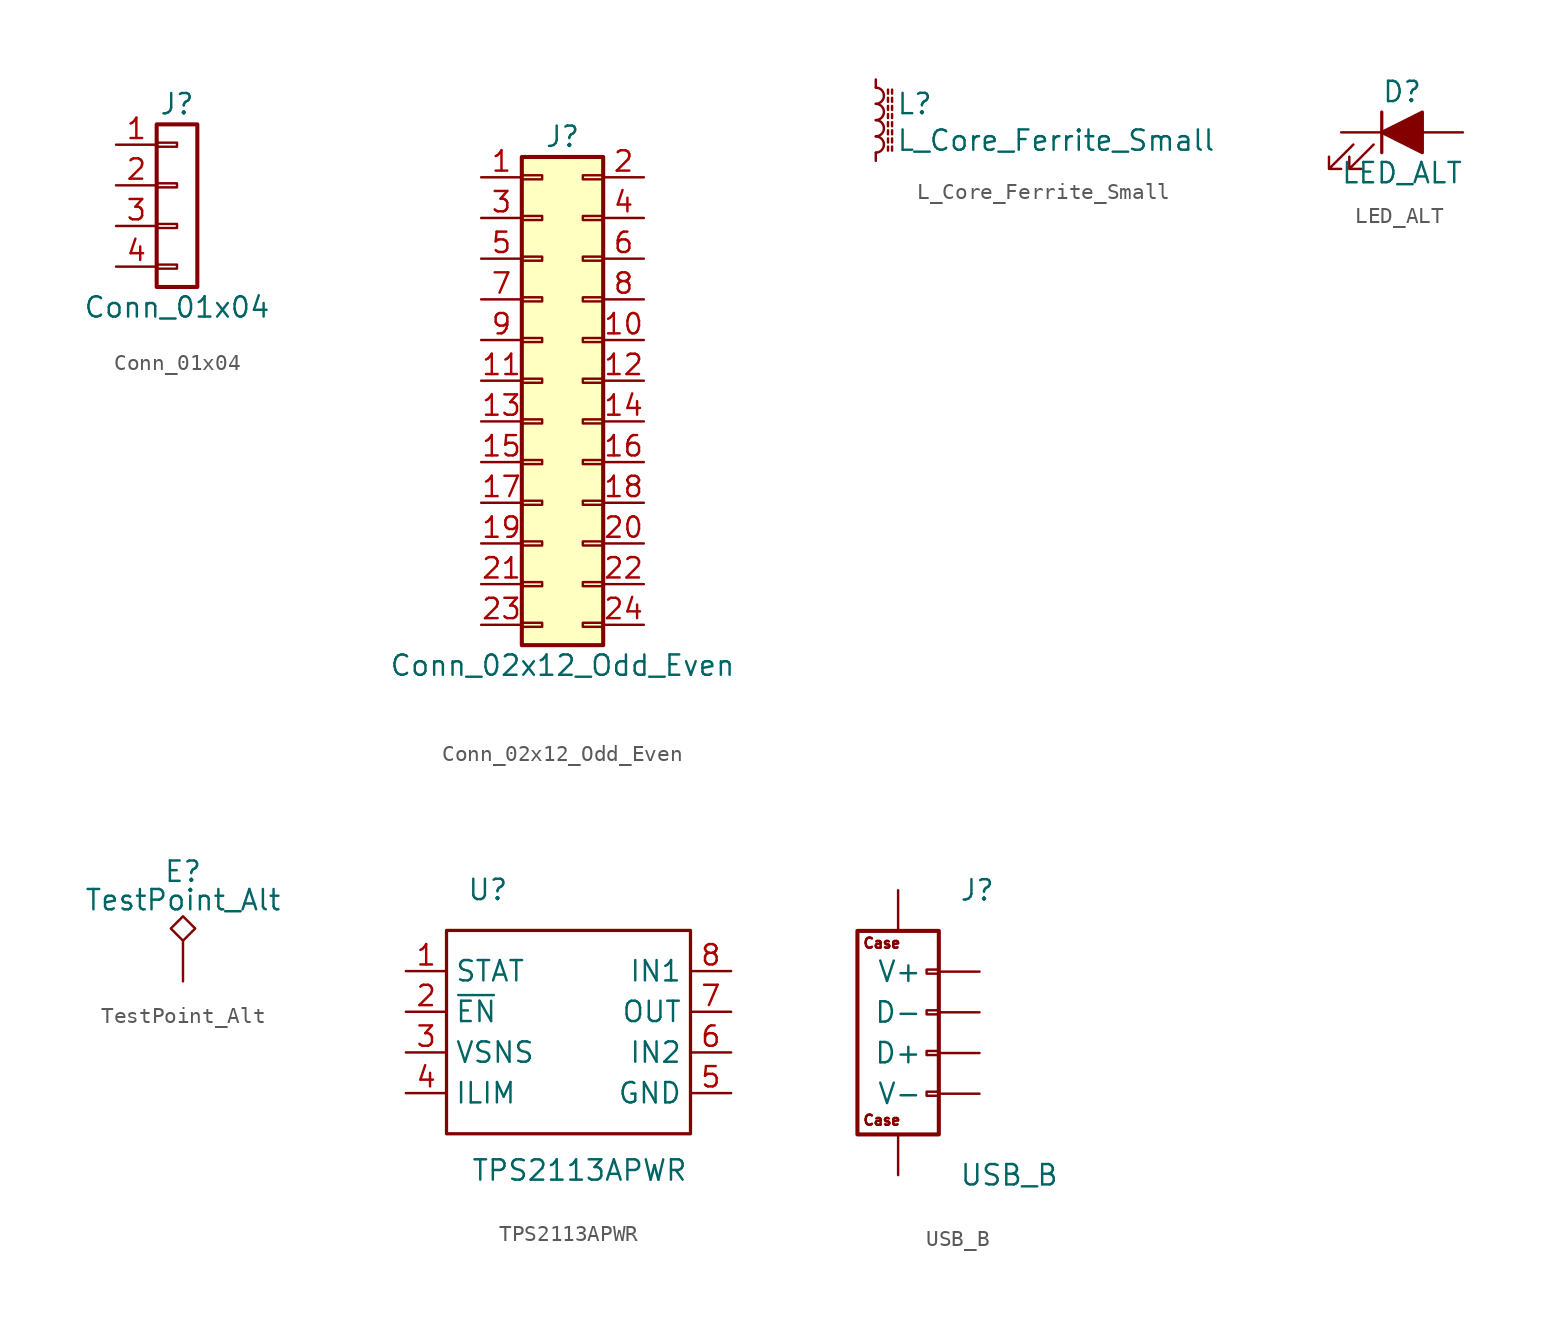
<source format=kicad_sym>
(kicad_symbol_lib
  (version 20241209)
  (generator "kicad_symbol_editor")
  (generator_version "9.0")
  (symbol "Conn_01x04"
    (pin_names
      (offset 1.016)
      (hide yes))
    (property "Reference" "J"
      (at 0 5.08 0)
      (effects (font (size 1.27 1.27))))
    (property "Value" "Conn_01x04"
      (at 0 -7.62 0)
      (effects (font (size 1.27 1.27))))
    (symbol "Conn_01x04_1_1"
      (rectangle (start -1.27 3.81) (end 1.27 -6.35) (stroke (width 0.254) (type solid)) (fill (type none)))
      (rectangle (start -1.27 2.667) (end 0 2.413) (stroke (width 0.152) (type solid)) (fill (type none)))
      (rectangle (start -1.27 0.127) (end 0 -0.127) (stroke (width 0.152) (type solid)) (fill (type none)))
      (rectangle (start -1.27 -2.413) (end 0 -2.667) (stroke (width 0.152) (type solid)) (fill (type none)))
      (rectangle (start -1.27 -4.953) (end 0 -5.207) (stroke (width 0.152) (type solid)) (fill (type none)))
      (pin passive line (at -3.81 2.54 0) (length 2.54) (name "Pin_1" (effects (font (size 1.27 1.27)))) (number "1" (effects (font (size 1.27 1.27)))))
      (pin passive line (at -3.81 0 0) (length 2.54) (name "Pin_2" (effects (font (size 1.27 1.27)))) (number "2" (effects (font (size 1.27 1.27)))))
      (pin passive line (at -3.81 -2.54 0) (length 2.54) (name "Pin_3" (effects (font (size 1.27 1.27)))) (number "3" (effects (font (size 1.27 1.27)))))
      (pin passive line (at -3.81 -5.08 0) (length 2.54) (name "Pin_4" (effects (font (size 1.27 1.27)))) (number "4" (effects (font (size 1.27 1.27)))))))
  (symbol "Conn_02x12_Odd_Even"
    (pin_names
      (offset 1.016)
      (hide yes))
    (property "Reference" "J"
      (at 0 17.78 0)
      (effects (font (size 1.27 1.27))))
    (property "Value" "Conn_02x12_Odd_Even"
      (at 0 -15.24 0)
      (effects (font (size 1.27 1.27))))
    (symbol "Conn_02x12_Odd_Even_1_1"
      (rectangle (start -2.54 16.51) (end 2.54 -13.97) (stroke (width 0.254) (type solid)) (fill (type background)))
      (rectangle (start -2.54 15.367) (end -1.27 15.113) (stroke (width 0.152) (type solid)) (fill (type none)))
      (rectangle (start -2.54 12.827) (end -1.27 12.573) (stroke (width 0.152) (type solid)) (fill (type none)))
      (rectangle (start -2.54 10.287) (end -1.27 10.033) (stroke (width 0.152) (type solid)) (fill (type none)))
      (rectangle (start -2.54 7.747) (end -1.27 7.493) (stroke (width 0.152) (type solid)) (fill (type none)))
      (rectangle (start -2.54 5.207) (end -1.27 4.953) (stroke (width 0.152) (type solid)) (fill (type none)))
      (rectangle (start -2.54 2.667) (end -1.27 2.413) (stroke (width 0.152) (type solid)) (fill (type none)))
      (rectangle (start -2.54 0.127) (end -1.27 -0.127) (stroke (width 0.152) (type solid)) (fill (type none)))
      (rectangle (start -2.54 -2.413) (end -1.27 -2.667) (stroke (width 0.152) (type solid)) (fill (type none)))
      (rectangle (start -2.54 -4.953) (end -1.27 -5.207) (stroke (width 0.152) (type solid)) (fill (type none)))
      (rectangle (start -2.54 -7.493) (end -1.27 -7.747) (stroke (width 0.152) (type solid)) (fill (type none)))
      (rectangle (start -2.54 -10.033) (end -1.27 -10.287) (stroke (width 0.152) (type solid)) (fill (type none)))
      (rectangle (start -2.54 -12.573) (end -1.27 -12.827) (stroke (width 0.152) (type solid)) (fill (type none)))
      (rectangle (start 2.54 15.367) (end 1.27 15.113) (stroke (width 0.152) (type solid)) (fill (type none)))
      (rectangle (start 2.54 12.827) (end 1.27 12.573) (stroke (width 0.152) (type solid)) (fill (type none)))
      (rectangle (start 2.54 10.287) (end 1.27 10.033) (stroke (width 0.152) (type solid)) (fill (type none)))
      (rectangle (start 2.54 7.747) (end 1.27 7.493) (stroke (width 0.152) (type solid)) (fill (type none)))
      (rectangle (start 2.54 5.207) (end 1.27 4.953) (stroke (width 0.152) (type solid)) (fill (type none)))
      (rectangle (start 2.54 2.667) (end 1.27 2.413) (stroke (width 0.152) (type solid)) (fill (type none)))
      (rectangle (start 2.54 0.127) (end 1.27 -0.127) (stroke (width 0.152) (type solid)) (fill (type none)))
      (rectangle (start 2.54 -2.413) (end 1.27 -2.667) (stroke (width 0.152) (type solid)) (fill (type none)))
      (rectangle (start 2.54 -4.953) (end 1.27 -5.207) (stroke (width 0.152) (type solid)) (fill (type none)))
      (rectangle (start 2.54 -7.493) (end 1.27 -7.747) (stroke (width 0.152) (type solid)) (fill (type none)))
      (rectangle (start 2.54 -10.033) (end 1.27 -10.287) (stroke (width 0.152) (type solid)) (fill (type none)))
      (rectangle (start 2.54 -12.573) (end 1.27 -12.827) (stroke (width 0.152) (type solid)) (fill (type none)))
      (pin passive line (at -5.08 15.24 0) (length 2.54) (name "Pin_1" (effects (font (size 1.27 1.27)))) (number "1" (effects (font (size 1.27 1.27)))))
      (pin passive line (at -5.08 12.7 0) (length 2.54) (name "Pin_3" (effects (font (size 1.27 1.27)))) (number "3" (effects (font (size 1.27 1.27)))))
      (pin passive line (at -5.08 10.16 0) (length 2.54) (name "Pin_5" (effects (font (size 1.27 1.27)))) (number "5" (effects (font (size 1.27 1.27)))))
      (pin passive line (at -5.08 7.62 0) (length 2.54) (name "Pin_7" (effects (font (size 1.27 1.27)))) (number "7" (effects (font (size 1.27 1.27)))))
      (pin passive line (at -5.08 5.08 0) (length 2.54) (name "Pin_9" (effects (font (size 1.27 1.27)))) (number "9" (effects (font (size 1.27 1.27)))))
      (pin passive line (at -5.08 2.54 0) (length 2.54) (name "Pin_11" (effects (font (size 1.27 1.27)))) (number "11" (effects (font (size 1.27 1.27)))))
      (pin passive line (at -5.08 0 0) (length 2.54) (name "Pin_13" (effects (font (size 1.27 1.27)))) (number "13" (effects (font (size 1.27 1.27)))))
      (pin passive line (at -5.08 -2.54 0) (length 2.54) (name "Pin_15" (effects (font (size 1.27 1.27)))) (number "15" (effects (font (size 1.27 1.27)))))
      (pin passive line (at -5.08 -5.08 0) (length 2.54) (name "Pin_17" (effects (font (size 1.27 1.27)))) (number "17" (effects (font (size 1.27 1.27)))))
      (pin passive line (at -5.08 -7.62 0) (length 2.54) (name "Pin_19" (effects (font (size 1.27 1.27)))) (number "19" (effects (font (size 1.27 1.27)))))
      (pin passive line (at -5.08 -10.16 0) (length 2.54) (name "Pin_21" (effects (font (size 1.27 1.27)))) (number "21" (effects (font (size 1.27 1.27)))))
      (pin passive line (at -5.08 -12.7 0) (length 2.54) (name "Pin_23" (effects (font (size 1.27 1.27)))) (number "23" (effects (font (size 1.27 1.27)))))
      (pin passive line (at 5.08 15.24 180) (length 2.54) (name "Pin_2" (effects (font (size 1.27 1.27)))) (number "2" (effects (font (size 1.27 1.27)))))
      (pin passive line (at 5.08 12.7 180) (length 2.54) (name "Pin_4" (effects (font (size 1.27 1.27)))) (number "4" (effects (font (size 1.27 1.27)))))
      (pin passive line (at 5.08 10.16 180) (length 2.54) (name "Pin_6" (effects (font (size 1.27 1.27)))) (number "6" (effects (font (size 1.27 1.27)))))
      (pin passive line (at 5.08 7.62 180) (length 2.54) (name "Pin_8" (effects (font (size 1.27 1.27)))) (number "8" (effects (font (size 1.27 1.27)))))
      (pin passive line (at 5.08 5.08 180) (length 2.54) (name "Pin_10" (effects (font (size 1.27 1.27)))) (number "10" (effects (font (size 1.27 1.27)))))
      (pin passive line (at 5.08 2.54 180) (length 2.54) (name "Pin_12" (effects (font (size 1.27 1.27)))) (number "12" (effects (font (size 1.27 1.27)))))
      (pin passive line (at 5.08 0 180) (length 2.54) (name "Pin_14" (effects (font (size 1.27 1.27)))) (number "14" (effects (font (size 1.27 1.27)))))
      (pin passive line (at 5.08 -2.54 180) (length 2.54) (name "Pin_16" (effects (font (size 1.27 1.27)))) (number "16" (effects (font (size 1.27 1.27)))))
      (pin passive line (at 5.08 -5.08 180) (length 2.54) (name "Pin_18" (effects (font (size 1.27 1.27)))) (number "18" (effects (font (size 1.27 1.27)))))
      (pin passive line (at 5.08 -7.62 180) (length 2.54) (name "Pin_20" (effects (font (size 1.27 1.27)))) (number "20" (effects (font (size 1.27 1.27)))))
      (pin passive line (at 5.08 -10.16 180) (length 2.54) (name "Pin_22" (effects (font (size 1.27 1.27)))) (number "22" (effects (font (size 1.27 1.27)))))
      (pin passive line (at 5.08 -12.7 180) (length 2.54) (name "Pin_24" (effects (font (size 1.27 1.27)))) (number "24" (effects (font (size 1.27 1.27)))))))
  (symbol "L_Core_Ferrite_Small"
    (pin_numbers
      (hide yes))
    (pin_names
      (offset 0.254)
      (hide yes))
    (property "Reference" "L"
      (at 1.27 1.016 0)
      (effects (font (size 1.27 1.27)) (justify left)))
    (property "Value" "L_Core_Ferrite_Small"
      (at 1.27 -1.27 0)
      (effects (font (size 1.27 1.27)) (justify left)))
    (symbol "L_Core_Ferrite_Small_0_1"
      (arc (start 0 2.032) (mid 0.508 1.524) (end 0 1.016) (stroke (width 0) (type solid)) (fill (type none)))
      (arc (start 0 1.016) (mid 0.508 0.508) (end 0 0) (stroke (width 0) (type solid)) (fill (type none)))
      (arc (start 0 0) (mid 0.508 -0.508) (end 0 -1.016) (stroke (width 0) (type solid)) (fill (type none)))
      (arc (start 0 -1.016) (mid 0.508 -1.524) (end 0 -2.032) (stroke (width 0) (type solid)) (fill (type none)))
      (polyline (pts (xy 0.762 1.651) (xy 0.762 1.905)) (stroke (width 0) (type solid)) (fill (type none)))
      (polyline (pts (xy 0.762 1.143) (xy 0.762 1.397)) (stroke (width 0) (type solid)) (fill (type none)))
      (polyline (pts (xy 0.762 0.635) (xy 0.762 0.889)) (stroke (width 0) (type solid)) (fill (type none)))
      (polyline (pts (xy 0.762 0.127) (xy 0.762 0.381)) (stroke (width 0) (type solid)) (fill (type none)))
      (polyline (pts (xy 0.762 -0.381) (xy 0.762 -0.127)) (stroke (width 0) (type solid)) (fill (type none)))
      (polyline (pts (xy 0.762 -0.889) (xy 0.762 -0.635)) (stroke (width 0) (type solid)) (fill (type none)))
      (polyline (pts (xy 0.762 -1.397) (xy 0.762 -1.143)) (stroke (width 0) (type solid)) (fill (type none)))
      (polyline (pts (xy 0.762 -1.905) (xy 0.762 -1.651)) (stroke (width 0) (type solid)) (fill (type none)))
      (polyline (pts (xy 1.016 1.905) (xy 1.016 1.651)) (stroke (width 0) (type solid)) (fill (type none)))
      (polyline (pts (xy 1.016 1.397) (xy 1.016 1.143)) (stroke (width 0) (type solid)) (fill (type none)))
      (polyline (pts (xy 1.016 0.889) (xy 1.016 0.635)) (stroke (width 0) (type solid)) (fill (type none)))
      (polyline (pts (xy 1.016 0.381) (xy 1.016 0.127)) (stroke (width 0) (type solid)) (fill (type none)))
      (polyline (pts (xy 1.016 -0.127) (xy 1.016 -0.381)) (stroke (width 0) (type solid)) (fill (type none)))
      (polyline (pts (xy 1.016 -0.635) (xy 1.016 -0.889)) (stroke (width 0) (type solid)) (fill (type none)))
      (polyline (pts (xy 1.016 -1.143) (xy 1.016 -1.397)) (stroke (width 0) (type solid)) (fill (type none)))
      (polyline (pts (xy 1.016 -1.651) (xy 1.016 -1.905)) (stroke (width 0) (type solid)) (fill (type none))))
    (symbol "L_Core_Ferrite_Small_1_1"
      (pin passive line (at 0 2.54 270) (length 0.508) (name "~" (effects (font (size 1.27 1.27)))) (number "1" (effects (font (size 1.27 1.27)))))
      (pin passive line (at 0 -2.54 90) (length 0.508) (name "~" (effects (font (size 1.27 1.27)))) (number "2" (effects (font (size 1.27 1.27)))))))
  (symbol "LED_ALT"
    (pin_numbers
      (hide yes))
    (pin_names
      (offset 1.016)
      (hide yes))
    (property "Reference" "D"
      (at 0 2.54 0)
      (effects (font (size 1.27 1.27))))
    (property "Value" "LED_ALT"
      (at 0 -2.54 0)
      (effects (font (size 1.27 1.27))))
    (symbol "LED_ALT_0_1"
      (polyline (pts (xy -3.048 -0.762) (xy -4.572 -2.286) (xy -3.81 -2.286) (xy -4.572 -2.286) (xy -4.572 -1.524)) (stroke (width 0) (type solid)) (fill (type none)))
      (polyline (pts (xy -1.778 -0.762) (xy -3.302 -2.286) (xy -2.54 -2.286) (xy -3.302 -2.286) (xy -3.302 -1.524)) (stroke (width 0) (type solid)) (fill (type none)))
      (polyline (pts (xy -1.27 0) (xy 1.27 0)) (stroke (width 0) (type solid)) (fill (type none)))
      (polyline (pts (xy -1.27 -1.27) (xy -1.27 1.27)) (stroke (width 0.203) (type solid)) (fill (type none)))
      (polyline (pts (xy 1.27 -1.27) (xy 1.27 1.27) (xy -1.27 0) (xy 1.27 -1.27)) (stroke (width 0.203) (type solid)) (fill (type outline))))
    (symbol "LED_ALT_1_1"
      (pin passive line (at -3.81 0 0) (length 2.54) (name "K" (effects (font (size 1.27 1.27)))) (number "1" (effects (font (size 1.27 1.27)))))
      (pin passive line (at 3.81 0 180) (length 2.54) (name "A" (effects (font (size 1.27 1.27)))) (number "2" (effects (font (size 1.27 1.27)))))))
  (symbol "TestPoint_Alt"
    (pin_numbers
      (hide yes))
    (pin_names
      (offset 0.762)
      (hide yes))
    (property "Reference" "E"
      (at 0 6.858 0)
      (effects (font (size 1.27 1.27))))
    (property "Value" "TestPoint_Alt"
      (at 0 5.08 0)
      (effects (font (size 1.27 1.27))))
    (symbol "TestPoint_Alt_0_1"
      (polyline (pts (xy 0 2.54) (xy -0.762 3.302) (xy 0 4.064) (xy 0.762 3.302) (xy 0 2.54)) (stroke (width 0) (type solid)) (fill (type none))))
    (symbol "TestPoint_Alt_1_1"
      (pin passive line (at 0 0 90) (length 2.54) (name "1" (effects (font (size 1.27 1.27)))) (number "1" (effects (font (size 1.27 1.27)))))))
  (symbol "TPS2113APWR"
    (property "Reference" "U"
      (at -6.35 8.89 0)
      (effects (font (size 1.27 1.27)) (justify left)))
    (property "Value" "TPS2113APWR"
      (at -6.096 -8.636 0)
      (effects (font (size 1.27 1.27)) (justify left)))
    (symbol "TPS2113APWR_0_0"
      (pin bidirectional line (at -10.16 3.81 0) (length 2.54) (name "STAT" (effects (font (size 1.27 1.27)))) (number "1" (effects (font (size 1.27 1.27)))))
      (pin bidirectional line (at -10.16 1.27 0) (length 2.54) (name "~{EN}" (effects (font (size 1.27 1.27)))) (number "2" (effects (font (size 1.27 1.27)))))
      (pin bidirectional line (at -10.16 -1.27 0) (length 2.54) (name "VSNS" (effects (font (size 1.27 1.27)))) (number "3" (effects (font (size 1.27 1.27)))))
      (pin bidirectional line (at -10.16 -3.81 0) (length 2.54) (name "ILIM" (effects (font (size 1.27 1.27)))) (number "4" (effects (font (size 1.27 1.27)))))
      (pin bidirectional line (at 10.16 3.81 180) (length 2.54) (name "IN1" (effects (font (size 1.27 1.27)))) (number "8" (effects (font (size 1.27 1.27)))))
      (pin bidirectional line (at 10.16 1.27 180) (length 2.54) (name "OUT" (effects (font (size 1.27 1.27)))) (number "7" (effects (font (size 1.27 1.27)))))
      (pin bidirectional line (at 10.16 -1.27 180) (length 2.54) (name "IN2" (effects (font (size 1.27 1.27)))) (number "6" (effects (font (size 1.27 1.27)))))
      (pin bidirectional line (at 10.16 -3.81 180) (length 2.54) (name "GND" (effects (font (size 1.27 1.27)))) (number "5" (effects (font (size 1.27 1.27))))))
    (symbol "TPS2113APWR_0_1"
      (polyline (pts (xy -7.62 6.35) (xy 7.62 6.35) (xy 7.62 -6.35) (xy -7.62 -6.35) (xy -7.62 6.35)) (stroke (width 0.203) (type solid)) (fill (type none)))))
  (symbol "USB_B"
    (pin_numbers
      (hide yes))
    (pin_names
      (offset 1.016))
    (property "Reference" "J"
      (at 3.81 10.16 0)
      (effects (font (size 1.27 1.27)) (justify left)))
    (property "Value" "USB_B"
      (at 3.81 -7.62 0)
      (effects (font (size 1.27 1.27)) (justify left)))
    (symbol "USB_B_0_0"
      (text "Case" (at -1.016 6.858 0) (effects (font (size 0.635 0.635))))
      (text "Case" (at -1.016 -4.191 0) (effects (font (size 0.635 0.635)))))
    (symbol "USB_B_0_1"
      (rectangle (start -2.54 -5.08) (end 2.54 7.62) (stroke (width 0.254) (type solid)) (fill (type none)))
      (rectangle (start 2.54 4.953) (end 1.778 5.207) (stroke (width 0) (type solid)) (fill (type none)))
      (rectangle (start 2.54 2.413) (end 1.778 2.667) (stroke (width 0) (type solid)) (fill (type none)))
      (rectangle (start 2.54 -0.127) (end 1.778 0.127) (stroke (width 0) (type solid)) (fill (type none)))
      (rectangle (start 2.54 -2.667) (end 1.778 -2.413) (stroke (width 0) (type solid)) (fill (type none))))
    (symbol "USB_B_1_1"
      (pin passive line (at 0 10.16 270) (length 2.54) (name "~" (effects (font (size 1.27 1.27)))) (number "5" (effects (font (size 1.27 1.27)))))
      (pin passive line (at 0 -7.62 90) (length 2.54) (name "~" (effects (font (size 1.27 1.27)))) (number "5" (effects (font (size 1.27 1.27)))))
      (pin power_out line (at 5.08 5.08 180) (length 2.54) (name "V+" (effects (font (size 1.27 1.27)))) (number "1" (effects (font (size 1.27 1.27)))))
      (pin passive line (at 5.08 2.54 180) (length 2.54) (name "D-" (effects (font (size 1.27 1.27)))) (number "2" (effects (font (size 1.27 1.27)))))
      (pin passive line (at 5.08 0 180) (length 2.54) (name "D+" (effects (font (size 1.27 1.27)))) (number "3" (effects (font (size 1.27 1.27)))))
      (pin power_out line (at 5.08 -2.54 180) (length 2.54) (name "V-" (effects (font (size 1.27 1.27)))) (number "4" (effects (font (size 1.27 1.27))))))))
</source>
